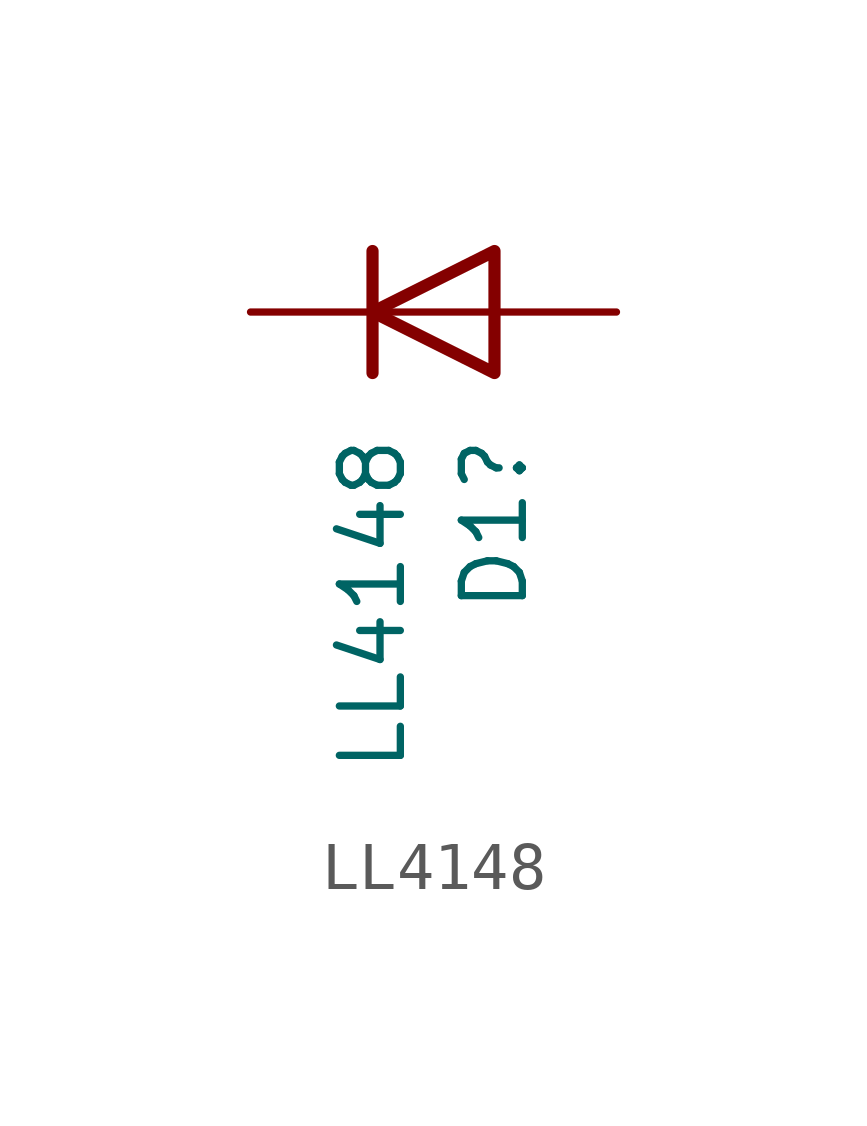
<source format=kicad_sym>
(kicad_symbol_lib
  (version 20231120)
  (generator "kicad_symbol_editor")
  (generator_version "8.0")
  (symbol "LL4148"
    (pin_numbers hide)
    (pin_names hide)
    (property "Reference" "D1"
      (at 1.27 -2.54 90)
      (effects (font (size 1.27 1.27)) (justify right)))
    (property "Value" "LL4148"
      (at -1.27 -2.54 90)
      (effects (font (size 1.27 1.27)) (justify right)))
    (symbol "LL4148_0_1"
      (polyline (pts (xy -1.27 1.27) (xy -1.27 -1.27)) (stroke (width 0.254) (type default)) (fill (type none)))
      (polyline (pts (xy 1.27 0) (xy -1.27 0)) (stroke (width 0) (type default)) (fill (type none)))
      (polyline (pts (xy 1.27 1.27) (xy 1.27 -1.27) (xy -1.27 0) (xy 1.27 1.27)) (stroke (width 0.254) (type default)) (fill (type none))))
    (symbol "LL4148_1_1"
      (pin passive line (at -3.81 0 0) (length 2.54) (name "K" (effects (font (size 1.27 1.27)))) (number "1" (effects (font (size 1.27 1.27)))))
      (pin passive line (at 3.81 0 180) (length 2.54) (name "A" (effects (font (size 1.27 1.27)))) (number "2" (effects (font (size 1.27 1.27))))))))
</source>
